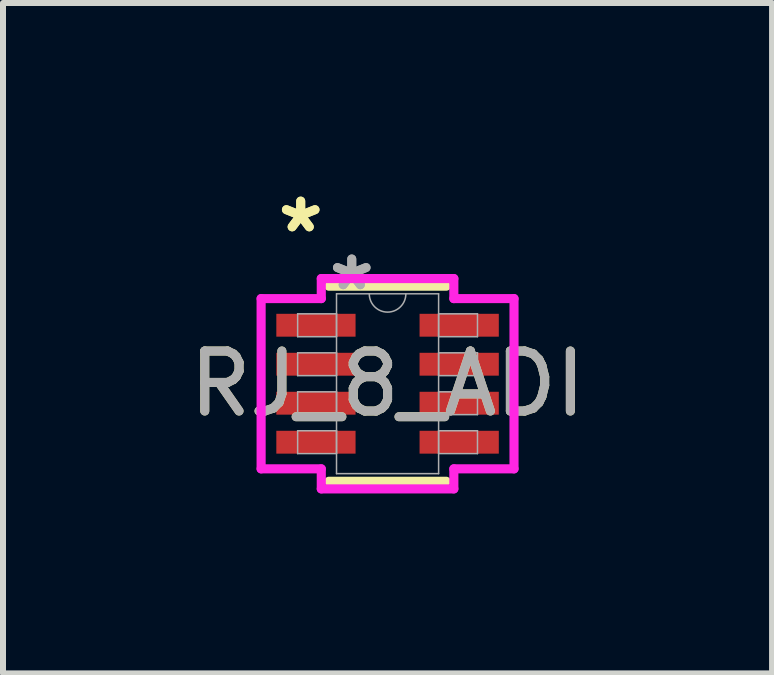
<source format=kicad_pcb>
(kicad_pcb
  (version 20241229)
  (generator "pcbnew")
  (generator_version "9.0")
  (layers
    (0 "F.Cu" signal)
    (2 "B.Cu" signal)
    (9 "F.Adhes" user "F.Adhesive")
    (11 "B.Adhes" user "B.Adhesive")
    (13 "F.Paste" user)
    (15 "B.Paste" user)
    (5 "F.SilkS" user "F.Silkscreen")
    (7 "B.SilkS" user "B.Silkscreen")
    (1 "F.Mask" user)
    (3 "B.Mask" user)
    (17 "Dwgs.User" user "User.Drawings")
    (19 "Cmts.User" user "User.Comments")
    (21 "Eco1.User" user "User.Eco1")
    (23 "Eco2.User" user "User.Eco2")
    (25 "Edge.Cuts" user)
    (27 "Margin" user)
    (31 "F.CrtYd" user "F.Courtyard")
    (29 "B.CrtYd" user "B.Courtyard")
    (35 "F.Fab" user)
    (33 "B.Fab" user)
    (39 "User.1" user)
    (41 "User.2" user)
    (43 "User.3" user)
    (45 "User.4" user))
  (footprint "RJ_8_ADI"
    (layer "F.Cu")
    (at 3.411 3.347)
    (property "Reference" "RJ_8_ADI" (at 0 0 0) (unlocked yes) (layer "F.SilkS") (effects (font (size 1 1) (thickness 0.15))))
    (attr smd)
    (fp_line (start -0.978 1.626) (end 0.978 1.626) (stroke (width 0.152) (type solid)) (layer "F.SilkS"))
    (fp_line (start 0.978 -1.626) (end -0.978 -1.626) (stroke (width 0.152) (type solid)) (layer "F.SilkS"))
    (fp_line (start -2.108 -1.419) (end -1.105 -1.419) (stroke (width 0.152) (type solid)) (layer "F.CrtYd"))
    (fp_line (start -2.108 1.419) (end -2.108 -1.419) (stroke (width 0.152) (type solid)) (layer "F.CrtYd"))
    (fp_line (start -1.105 -1.753) (end 1.105 -1.753) (stroke (width 0.152) (type solid)) (layer "F.CrtYd"))
    (fp_line (start -1.105 -1.419) (end -1.105 -1.753) (stroke (width 0.152) (type solid)) (layer "F.CrtYd"))
    (fp_line (start -1.105 1.419) (end -2.108 1.419) (stroke (width 0.152) (type solid)) (layer "F.CrtYd"))
    (fp_line (start -1.105 1.753) (end -1.105 1.419) (stroke (width 0.152) (type solid)) (layer "F.CrtYd"))
    (fp_line (start 1.105 -1.753) (end 1.105 -1.419) (stroke (width 0.152) (type solid)) (layer "F.CrtYd"))
    (fp_line (start 1.105 -1.419) (end 2.108 -1.419) (stroke (width 0.152) (type solid)) (layer "F.CrtYd"))
    (fp_line (start 1.105 1.419) (end 1.105 1.753) (stroke (width 0.152) (type solid)) (layer "F.CrtYd"))
    (fp_line (start 1.105 1.753) (end -1.105 1.753) (stroke (width 0.152) (type solid)) (layer "F.CrtYd"))
    (fp_line (start 2.108 -1.419) (end 2.108 1.419) (stroke (width 0.152) (type solid)) (layer "F.CrtYd"))
    (fp_line (start 2.108 1.419) (end 1.105 1.419) (stroke (width 0.152) (type solid)) (layer "F.CrtYd"))
    (fp_line (start -1.499 -1.165) (end -1.499 -0.784) (stroke (width 0.025) (type solid)) (layer "F.Fab"))
    (fp_line (start -1.499 -0.784) (end -0.851 -0.784) (stroke (width 0.025) (type solid)) (layer "F.Fab"))
    (fp_line (start -1.499 -0.515) (end -1.499 -0.135) (stroke (width 0.025) (type solid)) (layer "F.Fab"))
    (fp_line (start -1.499 -0.135) (end -0.851 -0.135) (stroke (width 0.025) (type solid)) (layer "F.Fab"))
    (fp_line (start -1.499 0.135) (end -1.499 0.515) (stroke (width 0.025) (type solid)) (layer "F.Fab"))
    (fp_line (start -1.499 0.515) (end -0.851 0.515) (stroke (width 0.025) (type solid)) (layer "F.Fab"))
    (fp_line (start -1.499 0.784) (end -1.499 1.165) (stroke (width 0.025) (type solid)) (layer "F.Fab"))
    (fp_line (start -1.499 1.165) (end -0.851 1.165) (stroke (width 0.025) (type solid)) (layer "F.Fab"))
    (fp_line (start -0.851 -1.499) (end -0.851 1.499) (stroke (width 0.025) (type solid)) (layer "F.Fab"))
    (fp_line (start -0.851 -1.165) (end -1.499 -1.165) (stroke (width 0.025) (type solid)) (layer "F.Fab"))
    (fp_line (start -0.851 -0.784) (end -0.851 -1.165) (stroke (width 0.025) (type solid)) (layer "F.Fab"))
    (fp_line (start -0.851 -0.515) (end -1.499 -0.515) (stroke (width 0.025) (type solid)) (layer "F.Fab"))
    (fp_line (start -0.851 -0.135) (end -0.851 -0.515) (stroke (width 0.025) (type solid)) (layer "F.Fab"))
    (fp_line (start -0.851 0.135) (end -1.499 0.135) (stroke (width 0.025) (type solid)) (layer "F.Fab"))
    (fp_line (start -0.851 0.515) (end -0.851 0.135) (stroke (width 0.025) (type solid)) (layer "F.Fab"))
    (fp_line (start -0.851 0.784) (end -1.499 0.784) (stroke (width 0.025) (type solid)) (layer "F.Fab"))
    (fp_line (start -0.851 1.165) (end -0.851 0.784) (stroke (width 0.025) (type solid)) (layer "F.Fab"))
    (fp_line (start -0.851 1.499) (end 0.851 1.499) (stroke (width 0.025) (type solid)) (layer "F.Fab"))
    (fp_line (start 0.851 -1.499) (end -0.851 -1.499) (stroke (width 0.025) (type solid)) (layer "F.Fab"))
    (fp_line (start 0.851 -1.165) (end 0.851 -0.784) (stroke (width 0.025) (type solid)) (layer "F.Fab"))
    (fp_line (start 0.851 -0.784) (end 1.499 -0.784) (stroke (width 0.025) (type solid)) (layer "F.Fab"))
    (fp_line (start 0.851 -0.515) (end 0.851 -0.135) (stroke (width 0.025) (type solid)) (layer "F.Fab"))
    (fp_line (start 0.851 -0.135) (end 1.499 -0.135) (stroke (width 0.025) (type solid)) (layer "F.Fab"))
    (fp_line (start 0.851 0.135) (end 0.851 0.515) (stroke (width 0.025) (type solid)) (layer "F.Fab"))
    (fp_line (start 0.851 0.515) (end 1.499 0.515) (stroke (width 0.025) (type solid)) (layer "F.Fab"))
    (fp_line (start 0.851 0.784) (end 0.851 1.165) (stroke (width 0.025) (type solid)) (layer "F.Fab"))
    (fp_line (start 0.851 1.165) (end 1.499 1.165) (stroke (width 0.025) (type solid)) (layer "F.Fab"))
    (fp_line (start 0.851 1.499) (end 0.851 -1.499) (stroke (width 0.025) (type solid)) (layer "F.Fab"))
    (fp_line (start 1.499 -1.165) (end 0.851 -1.165) (stroke (width 0.025) (type solid)) (layer "F.Fab"))
    (fp_line (start 1.499 -0.784) (end 1.499 -1.165) (stroke (width 0.025) (type solid)) (layer "F.Fab"))
    (fp_line (start 1.499 -0.515) (end 0.851 -0.515) (stroke (width 0.025) (type solid)) (layer "F.Fab"))
    (fp_line (start 1.499 -0.135) (end 1.499 -0.515) (stroke (width 0.025) (type solid)) (layer "F.Fab"))
    (fp_line (start 1.499 0.135) (end 0.851 0.135) (stroke (width 0.025) (type solid)) (layer "F.Fab"))
    (fp_line (start 1.499 0.515) (end 1.499 0.135) (stroke (width 0.025) (type solid)) (layer "F.Fab"))
    (fp_line (start 1.499 0.784) (end 0.851 0.784) (stroke (width 0.025) (type solid)) (layer "F.Fab"))
    (fp_line (start 1.499 1.165) (end 1.499 0.784) (stroke (width 0.025) (type solid)) (layer "F.Fab"))
    (fp_arc (start 0.3048 -1.4986) (mid 0 -1.1938) (end -0.3048 -1.4986) (stroke (width 0.0254) (type solid)) (layer "F.Fab"))
    (fp_text user "*" (at -1.448 -2.499 0) (layer "F.SilkS") (effects (font (size 1 1) (thickness 0.15))))
    (fp_text user "*" (at -1.448 -2.499 0) (unlocked yes) (layer "F.SilkS") (effects (font (size 1 1) (thickness 0.15))))
    (fp_text user "${REFERENCE}" (at 0 0 0) (unlocked yes) (layer "F.Fab") (effects (font (size 1 1) (thickness 0.15))))
    (fp_text user "*" (at -0.597 -1.534 0) (unlocked yes) (layer "F.Fab") (effects (font (size 1 1) (thickness 0.15))))
    (fp_text user "*" (at -0.597 -1.534 0) (layer "F.Fab") (effects (font (size 1 1) (thickness 0.15))))
    (pad "1" smd rect (at -1.194 -0.975) (size 1.321 0.381) (layers "F.Cu" "F.Mask" "F.Paste"))
    (pad "2" smd rect (at -1.194 -0.325) (size 1.321 0.381) (layers "F.Cu" "F.Mask" "F.Paste"))
    (pad "3" smd rect (at -1.194 0.325) (size 1.321 0.381) (layers "F.Cu" "F.Mask" "F.Paste"))
    (pad "4" smd rect (at -1.194 0.975) (size 1.321 0.381) (layers "F.Cu" "F.Mask" "F.Paste"))
    (pad "5" smd rect (at 1.194 0.975) (size 1.321 0.381) (layers "F.Cu" "F.Mask" "F.Paste"))
    (pad "6" smd rect (at 1.194 0.325) (size 1.321 0.381) (layers "F.Cu" "F.Mask" "F.Paste"))
    (pad "7" smd rect (at 1.194 -0.325) (size 1.321 0.381) (layers "F.Cu" "F.Mask" "F.Paste"))
    (pad "8" smd rect (at 1.194 -0.975) (size 1.321 0.381) (layers "F.Cu" "F.Mask" "F.Paste")))
  (gr_rect
    (start -3 -3)
    (end 9.821 8.176)
    (stroke (width 0.1) (type default))
    (fill no)
    (layer "Edge.Cuts")))
</source>
